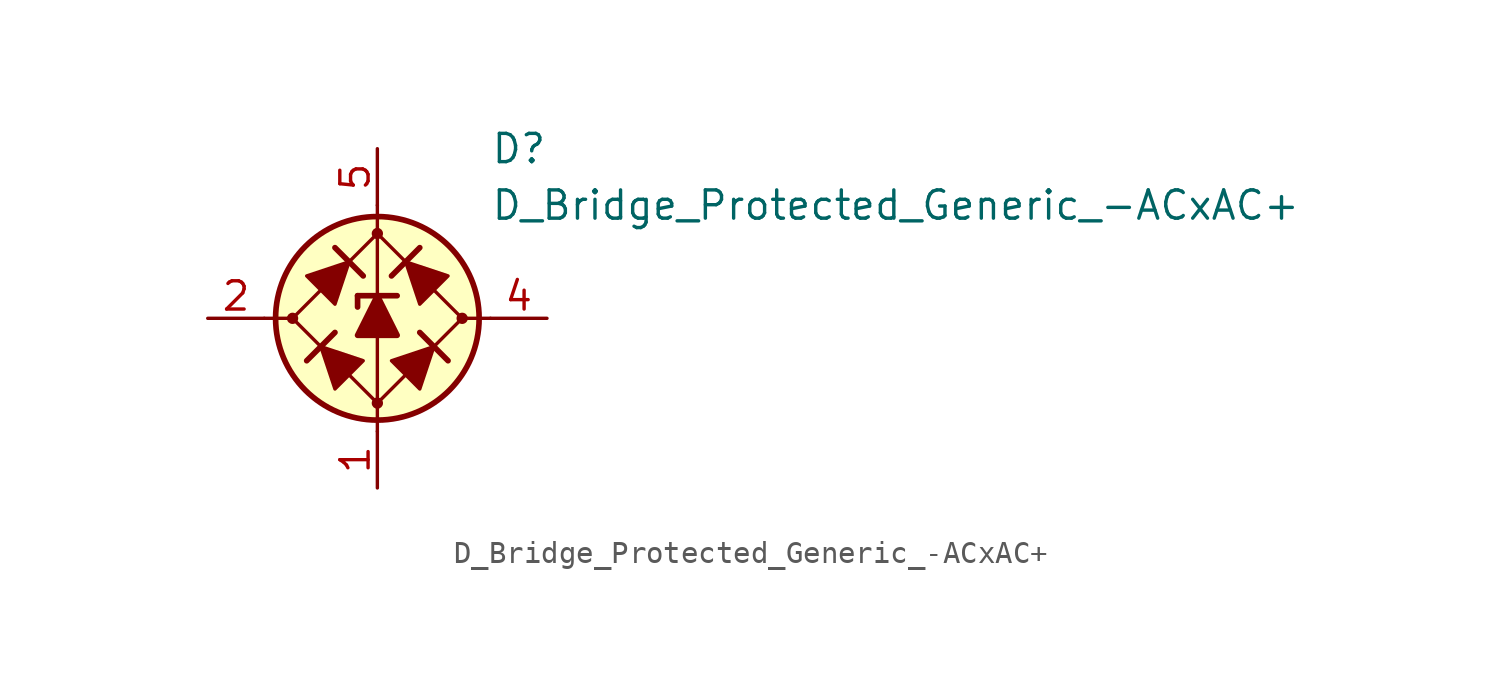
<source format=kicad_sym>
(kicad_symbol_lib
  (version 20231120)
  (generator "kicad_symbol_editor")
  (generator_version "8.0")
  (symbol "D_Bridge_Protected_Generic_-ACxAC+"
    (pin_names
      (offset 1.016) hide)
    (property "Reference" "D"
      (at 5.08 7.62 0)
      (effects (font (size 1.27 1.27)) (justify left)))
    (property "Value" "D_Bridge_Protected_Generic_-ACxAC+"
      (at 5.08 5.08 0)
      (effects (font (size 1.27 1.27)) (justify left)))
    (symbol "D_Bridge_Protected_Generic_-ACxAC+_0_1"
      (circle (center -3.81 0) (radius 0.178) (stroke (width 0) (type default)) (fill (type outline)))
      (polyline (pts (xy -5.08 0) (xy -3.81 0)) (stroke (width 0) (type default)) (fill (type none)))
      (polyline (pts (xy -1.905 -0.635) (xy -3.175 -1.905)) (stroke (width 0.254) (type default)) (fill (type none)))
      (polyline (pts (xy -1.905 3.175) (xy -0.635 1.905)) (stroke (width 0.254) (type default)) (fill (type none)))
      (polyline (pts (xy -0.889 1.016) (xy -0.889 0.508)) (stroke (width 0.254) (type default)) (fill (type none)))
      (polyline (pts (xy -0.889 1.016) (xy 0.889 1.016)) (stroke (width 0.254) (type default)) (fill (type none)))
      (polyline (pts (xy 0 -5.08) (xy 0 -3.81)) (stroke (width 0) (type default)) (fill (type none)))
      (polyline (pts (xy 0 -3.81) (xy 0 3.81)) (stroke (width 0) (type default)) (fill (type none)))
      (polyline (pts (xy 0 5.08) (xy 0 3.81)) (stroke (width 0) (type default)) (fill (type none)))
      (polyline (pts (xy 1.905 3.175) (xy 0.635 1.905)) (stroke (width 0.254) (type default)) (fill (type none)))
      (polyline (pts (xy 3.175 -1.905) (xy 1.905 -0.635)) (stroke (width 0.254) (type default)) (fill (type none)))
      (polyline (pts (xy 5.08 0) (xy 3.81 0)) (stroke (width 0) (type default)) (fill (type none)))
      (polyline (pts (xy -2.54 -1.27) (xy -1.905 -3.175) (xy -0.635 -1.905) (xy -2.54 -1.27)) (stroke (width 0) (type default)) (fill (type outline)))
      (polyline (pts (xy -1.27 2.54) (xy -1.905 0.635) (xy -3.175 1.905) (xy -1.27 2.54)) (stroke (width 0) (type default)) (fill (type outline)))
      (polyline (pts (xy 0.889 -0.762) (xy -0.889 -0.762) (xy 0 1.016) (xy 0.889 -0.762)) (stroke (width 0.254) (type default)) (fill (type outline)))
      (polyline (pts (xy 1.27 2.54) (xy 3.175 1.905) (xy 1.905 0.635) (xy 1.27 2.54)) (stroke (width 0) (type default)) (fill (type outline)))
      (polyline (pts (xy 2.54 -1.27) (xy 0.635 -1.905) (xy 1.905 -3.175) (xy 2.54 -1.27)) (stroke (width 0) (type default)) (fill (type outline)))
      (polyline (pts (xy 0 3.81) (xy -3.81 0) (xy 0 -3.81) (xy 3.81 0) (xy 0 3.81)) (stroke (width 0) (type default)) (fill (type none)))
      (circle (center 0 0) (radius 4.572) (stroke (width 0.254) (type default)) (fill (type background))))
    (symbol "D_Bridge_Protected_Generic_-ACxAC+_1_1"
      (circle (center 0 -3.81) (radius 0.178) (stroke (width 0) (type default)) (fill (type outline)))
      (circle (center 0 3.81) (radius 0.178) (stroke (width 0) (type default)) (fill (type outline)))
      (circle (center 3.81 0) (radius 0.178) (stroke (width 0) (type default)) (fill (type outline)))
      (pin passive line (at 0 -7.62 90) (length 2.54) (name "-" (effects (font (size 1.27 1.27)))) (number "1" (effects (font (size 1.27 1.27)))))
      (pin passive line (at -7.62 0 0) (length 2.54) (name "2" (effects (font (size 1.27 1.27)))) (number "2" (effects (font (size 1.27 1.27)))))
      (pin no_connect line (at 0 0 270) (length 2.54) hide (name "NC" (effects (font (size 1.27 1.27)))) (number "3" (effects (font (size 1.27 1.27)))))
      (pin passive line (at 7.62 0 180) (length 2.54) (name "4" (effects (font (size 1.27 1.27)))) (number "4" (effects (font (size 1.27 1.27)))))
      (pin passive line (at 0 7.62 270) (length 2.54) (name "+" (effects (font (size 1.27 1.27)))) (number "5" (effects (font (size 1.27 1.27))))))))
</source>
